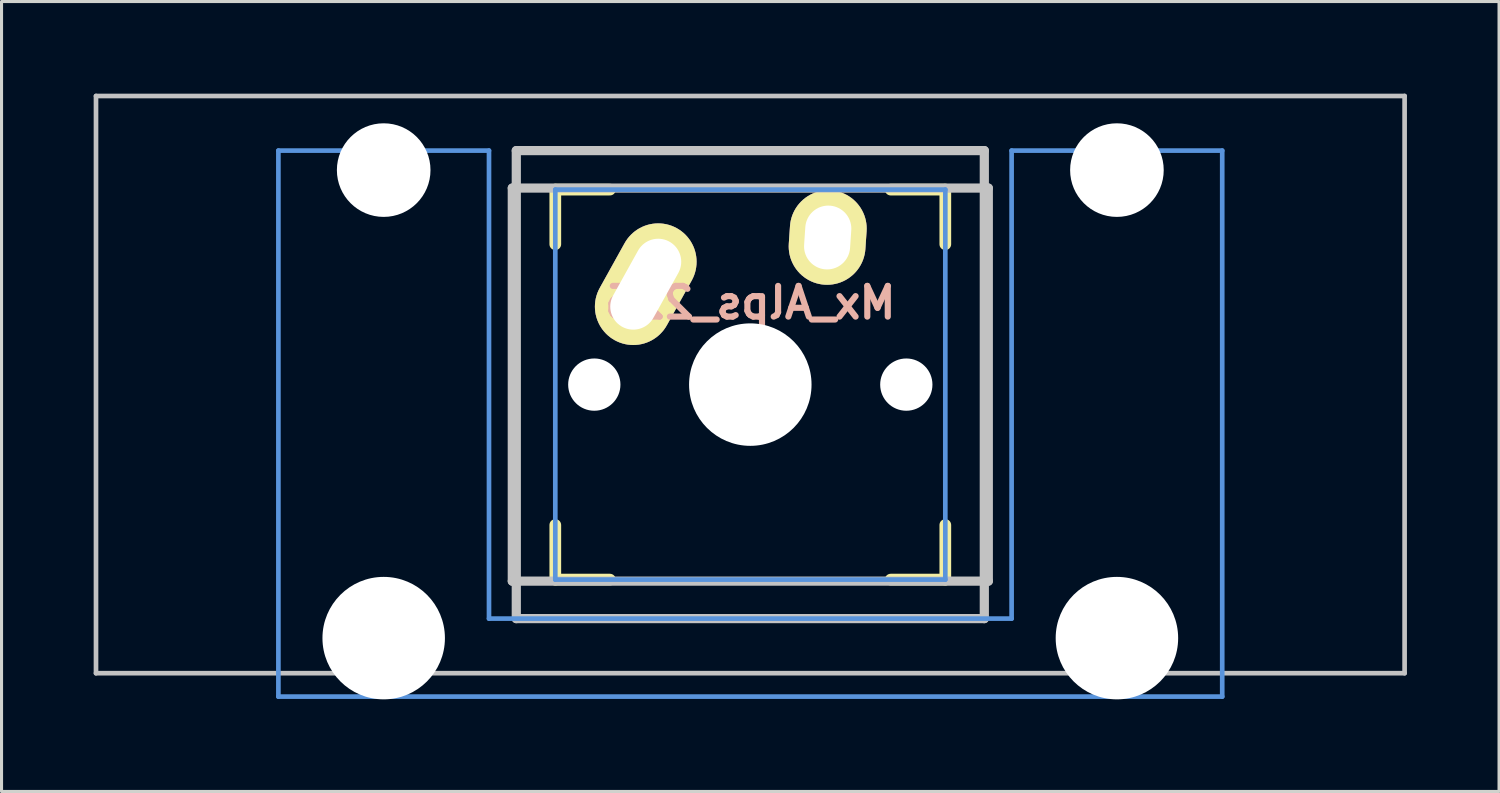
<source format=kicad_pcb>
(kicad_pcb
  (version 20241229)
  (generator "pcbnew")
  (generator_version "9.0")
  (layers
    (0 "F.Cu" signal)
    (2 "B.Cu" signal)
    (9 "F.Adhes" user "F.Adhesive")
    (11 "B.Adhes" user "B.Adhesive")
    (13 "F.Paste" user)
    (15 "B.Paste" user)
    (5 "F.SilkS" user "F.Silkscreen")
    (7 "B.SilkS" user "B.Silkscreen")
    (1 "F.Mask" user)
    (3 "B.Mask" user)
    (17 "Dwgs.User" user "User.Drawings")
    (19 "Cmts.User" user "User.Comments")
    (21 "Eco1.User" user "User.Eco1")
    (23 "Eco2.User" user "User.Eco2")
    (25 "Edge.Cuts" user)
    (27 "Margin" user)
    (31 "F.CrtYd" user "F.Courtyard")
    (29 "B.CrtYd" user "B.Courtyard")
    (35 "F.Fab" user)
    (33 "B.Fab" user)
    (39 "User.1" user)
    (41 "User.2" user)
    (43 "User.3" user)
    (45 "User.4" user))
  (footprint "Mx_Alps_225"
    (layer "F.Cu")
    (at 21.382 9.474)
    (property "Reference" "Mx_Alps_225" (at 0 -2.667 0) (layer "B.SilkS") (effects (font (size 1 1) (thickness 0.2)) (justify mirror)))
    (attr through_hole)
    (fp_line (start -6.35 -6.35) (end -4.572 -6.35) (stroke (width 0.381) (type solid)) (layer "F.SilkS"))
    (fp_line (start -6.35 -4.572) (end -6.35 -6.35) (stroke (width 0.381) (type solid)) (layer "F.SilkS"))
    (fp_line (start -6.35 6.35) (end -6.35 4.572) (stroke (width 0.381) (type solid)) (layer "F.SilkS"))
    (fp_line (start -4.572 6.35) (end -6.35 6.35) (stroke (width 0.381) (type solid)) (layer "F.SilkS"))
    (fp_line (start 4.572 -6.35) (end 6.35 -6.35) (stroke (width 0.381) (type solid)) (layer "F.SilkS"))
    (fp_line (start 6.35 -6.35) (end 6.35 -4.572) (stroke (width 0.381) (type solid)) (layer "F.SilkS"))
    (fp_line (start 6.35 4.572) (end 6.35 6.35) (stroke (width 0.381) (type solid)) (layer "F.SilkS"))
    (fp_line (start 6.35 6.35) (end 4.572 6.35) (stroke (width 0.381) (type solid)) (layer "F.SilkS"))
    (fp_line (start -21.306 -9.398) (end 21.306 -9.398) (stroke (width 0.152) (type solid)) (layer "Dwgs.User"))
    (fp_line (start -21.306 9.398) (end -21.306 -9.398) (stroke (width 0.152) (type solid)) (layer "Dwgs.User"))
    (fp_line (start -7.75 6.4) (end -7.75 -6.4) (stroke (width 0.3) (type solid)) (layer "Dwgs.User"))
    (fp_line (start -7.75 6.4) (end 7.75 6.4) (stroke (width 0.3) (type solid)) (layer "Dwgs.User"))
    (fp_line (start -7.62 -7.62) (end 7.62 -7.62) (stroke (width 0.3) (type solid)) (layer "Dwgs.User"))
    (fp_line (start -7.62 7.62) (end -7.62 -7.62) (stroke (width 0.3) (type solid)) (layer "Dwgs.User"))
    (fp_line (start 7.62 -7.62) (end 7.62 7.62) (stroke (width 0.3) (type solid)) (layer "Dwgs.User"))
    (fp_line (start 7.62 7.62) (end -7.62 7.62) (stroke (width 0.3) (type solid)) (layer "Dwgs.User"))
    (fp_line (start 7.75 -6.4) (end -7.75 -6.4) (stroke (width 0.3) (type solid)) (layer "Dwgs.User"))
    (fp_line (start 7.75 6.4) (end 7.75 -6.4) (stroke (width 0.3) (type solid)) (layer "Dwgs.User"))
    (fp_line (start 21.306 -9.398) (end 21.306 9.398) (stroke (width 0.152) (type solid)) (layer "Dwgs.User"))
    (fp_line (start 21.306 9.398) (end -21.306 9.398) (stroke (width 0.152) (type solid)) (layer "Dwgs.User"))
    (fp_line (start -15.367 -7.62) (end -15.367 10.16) (stroke (width 0.152) (type solid)) (layer "Cmts.User"))
    (fp_line (start -15.367 10.16) (end 15.367 10.16) (stroke (width 0.152) (type solid)) (layer "Cmts.User"))
    (fp_line (start -8.509 -7.62) (end -15.367 -7.62) (stroke (width 0.152) (type solid)) (layer "Cmts.User"))
    (fp_line (start -8.509 7.62) (end -8.509 -7.62) (stroke (width 0.152) (type solid)) (layer "Cmts.User"))
    (fp_line (start -6.35 -6.35) (end 6.35 -6.35) (stroke (width 0.152) (type solid)) (layer "Cmts.User"))
    (fp_line (start -6.35 6.35) (end -6.35 -6.35) (stroke (width 0.152) (type solid)) (layer "Cmts.User"))
    (fp_line (start 6.35 -6.35) (end 6.35 6.35) (stroke (width 0.152) (type solid)) (layer "Cmts.User"))
    (fp_line (start 6.35 6.35) (end -6.35 6.35) (stroke (width 0.152) (type solid)) (layer "Cmts.User"))
    (fp_line (start 8.509 -7.62) (end 8.509 7.62) (stroke (width 0.152) (type solid)) (layer "Cmts.User"))
    (fp_line (start 8.509 7.62) (end -8.509 7.62) (stroke (width 0.152) (type solid)) (layer "Cmts.User"))
    (fp_line (start 15.367 -7.62) (end 8.509 -7.62) (stroke (width 0.152) (type solid)) (layer "Cmts.User"))
    (fp_line (start 15.367 10.16) (end 15.367 -7.62) (stroke (width 0.152) (type solid)) (layer "Cmts.User"))
    (fp_line (start -16.129 -2.286) (end -15.265 -2.286) (stroke (width 0.152) (type solid)) (layer "Eco2.User"))
    (fp_line (start -16.129 0.508) (end -16.129 -2.286) (stroke (width 0.152) (type solid)) (layer "Eco2.User"))
    (fp_line (start -15.265 -5.69) (end -8.611 -5.69) (stroke (width 0.152) (type solid)) (layer "Eco2.User"))
    (fp_line (start -15.265 -2.286) (end -15.265 -5.69) (stroke (width 0.152) (type solid)) (layer "Eco2.User"))
    (fp_line (start -15.265 0.508) (end -16.129 0.508) (stroke (width 0.152) (type solid)) (layer "Eco2.User"))
    (fp_line (start -15.265 6.604) (end -15.265 0.508) (stroke (width 0.152) (type solid)) (layer "Eco2.User"))
    (fp_line (start -14.224 6.604) (end -15.265 6.604) (stroke (width 0.152) (type solid)) (layer "Eco2.User"))
    (fp_line (start -14.224 7.772) (end -14.224 6.604) (stroke (width 0.152) (type solid)) (layer "Eco2.User"))
    (fp_line (start -9.652 6.604) (end -9.652 7.772) (stroke (width 0.152) (type solid)) (layer "Eco2.User"))
    (fp_line (start -9.652 7.772) (end -14.224 7.772) (stroke (width 0.152) (type solid)) (layer "Eco2.User"))
    (fp_line (start -8.611 -5.69) (end -8.611 -4.877) (stroke (width 0.152) (type solid)) (layer "Eco2.User"))
    (fp_line (start -8.611 -4.877) (end -6.985 -4.877) (stroke (width 0.152) (type solid)) (layer "Eco2.User"))
    (fp_line (start -8.611 5.817) (end -8.611 6.604) (stroke (width 0.152) (type solid)) (layer "Eco2.User"))
    (fp_line (start -8.611 6.604) (end -9.652 6.604) (stroke (width 0.152) (type solid)) (layer "Eco2.User"))
    (fp_line (start -6.985 -6.985) (end 6.985 -6.985) (stroke (width 0.152) (type solid)) (layer "Eco2.User"))
    (fp_line (start -6.985 -4.877) (end -6.985 -6.985) (stroke (width 0.152) (type solid)) (layer "Eco2.User"))
    (fp_line (start -6.985 5.817) (end -8.611 5.817) (stroke (width 0.152) (type solid)) (layer "Eco2.User"))
    (fp_line (start -6.985 6.985) (end -6.985 5.817) (stroke (width 0.152) (type solid)) (layer "Eco2.User"))
    (fp_line (start 6.985 -6.985) (end 6.985 -4.877) (stroke (width 0.152) (type solid)) (layer "Eco2.User"))
    (fp_line (start 6.985 -4.877) (end 8.611 -4.877) (stroke (width 0.152) (type solid)) (layer "Eco2.User"))
    (fp_line (start 6.985 5.817) (end 6.985 6.985) (stroke (width 0.152) (type solid)) (layer "Eco2.User"))
    (fp_line (start 6.985 6.985) (end -6.985 6.985) (stroke (width 0.152) (type solid)) (layer "Eco2.User"))
    (fp_line (start 8.611 -5.69) (end 15.265 -5.69) (stroke (width 0.152) (type solid)) (layer "Eco2.User"))
    (fp_line (start 8.611 -4.877) (end 8.611 -5.69) (stroke (width 0.152) (type solid)) (layer "Eco2.User"))
    (fp_line (start 8.611 5.817) (end 6.985 5.817) (stroke (width 0.152) (type solid)) (layer "Eco2.User"))
    (fp_line (start 8.611 6.604) (end 8.611 5.817) (stroke (width 0.152) (type solid)) (layer "Eco2.User"))
    (fp_line (start 9.652 6.604) (end 8.611 6.604) (stroke (width 0.152) (type solid)) (layer "Eco2.User"))
    (fp_line (start 9.652 7.772) (end 9.652 6.604) (stroke (width 0.152) (type solid)) (layer "Eco2.User"))
    (fp_line (start 14.224 6.604) (end 14.224 7.772) (stroke (width 0.152) (type solid)) (layer "Eco2.User"))
    (fp_line (start 14.224 7.772) (end 9.652 7.772) (stroke (width 0.152) (type solid)) (layer "Eco2.User"))
    (fp_line (start 15.265 -5.69) (end 15.265 -2.286) (stroke (width 0.152) (type solid)) (layer "Eco2.User"))
    (fp_line (start 15.265 -2.286) (end 16.129 -2.286) (stroke (width 0.152) (type solid)) (layer "Eco2.User"))
    (fp_line (start 15.265 0.508) (end 15.265 6.604) (stroke (width 0.152) (type solid)) (layer "Eco2.User"))
    (fp_line (start 15.265 6.604) (end 14.224 6.604) (stroke (width 0.152) (type solid)) (layer "Eco2.User"))
    (fp_line (start 16.129 -2.286) (end 16.129 0.508) (stroke (width 0.152) (type solid)) (layer "Eco2.User"))
    (fp_line (start 16.129 0.508) (end 15.265 0.508) (stroke (width 0.152) (type solid)) (layer "Eco2.User"))
    (pad "" np_thru_hole circle (at -11.938 -6.985) (size 3.048 3.048) (drill 3.048) (layers "*.Cu"))
    (pad "" np_thru_hole circle (at -11.938 8.255) (size 3.988 3.988) (drill 3.988) (layers "*.Cu"))
    (pad "" np_thru_hole circle (at -5.08 0) (size 1.702 1.702) (drill 1.702) (layers "*.Cu"))
    (pad "" np_thru_hole circle (at 0 0) (size 3.988 3.988) (drill 3.988) (layers "*.Cu"))
    (pad "" np_thru_hole circle (at 5.08 0) (size 1.702 1.702) (drill 1.702) (layers "*.Cu"))
    (pad "" np_thru_hole circle (at 11.938 -6.985) (size 3.048 3.048) (drill 3.048) (layers "*.Cu"))
    (pad "" np_thru_hole circle (at 11.938 8.255) (size 3.988 3.988) (drill 3.988) (layers "*.Cu"))
    (pad "1" thru_hole oval (at -3.405 -3.27 330.95) (size 2.5 4.17) (drill oval 1.5 3.17) (layers "*.Cu" "*.Mask" "F.SilkS"))
    (pad "2" thru_hole oval (at 2.52 -4.79 356.1) (size 2.5 3.08) (drill oval 1.5 2.08) (layers "*.Cu" "*.Mask" "F.SilkS")))
  (gr_rect
    (start -3 -3)
    (end 45.763 22.723)
    (stroke (width 0.1) (type default))
    (fill no)
    (layer "Edge.Cuts")))
</source>
